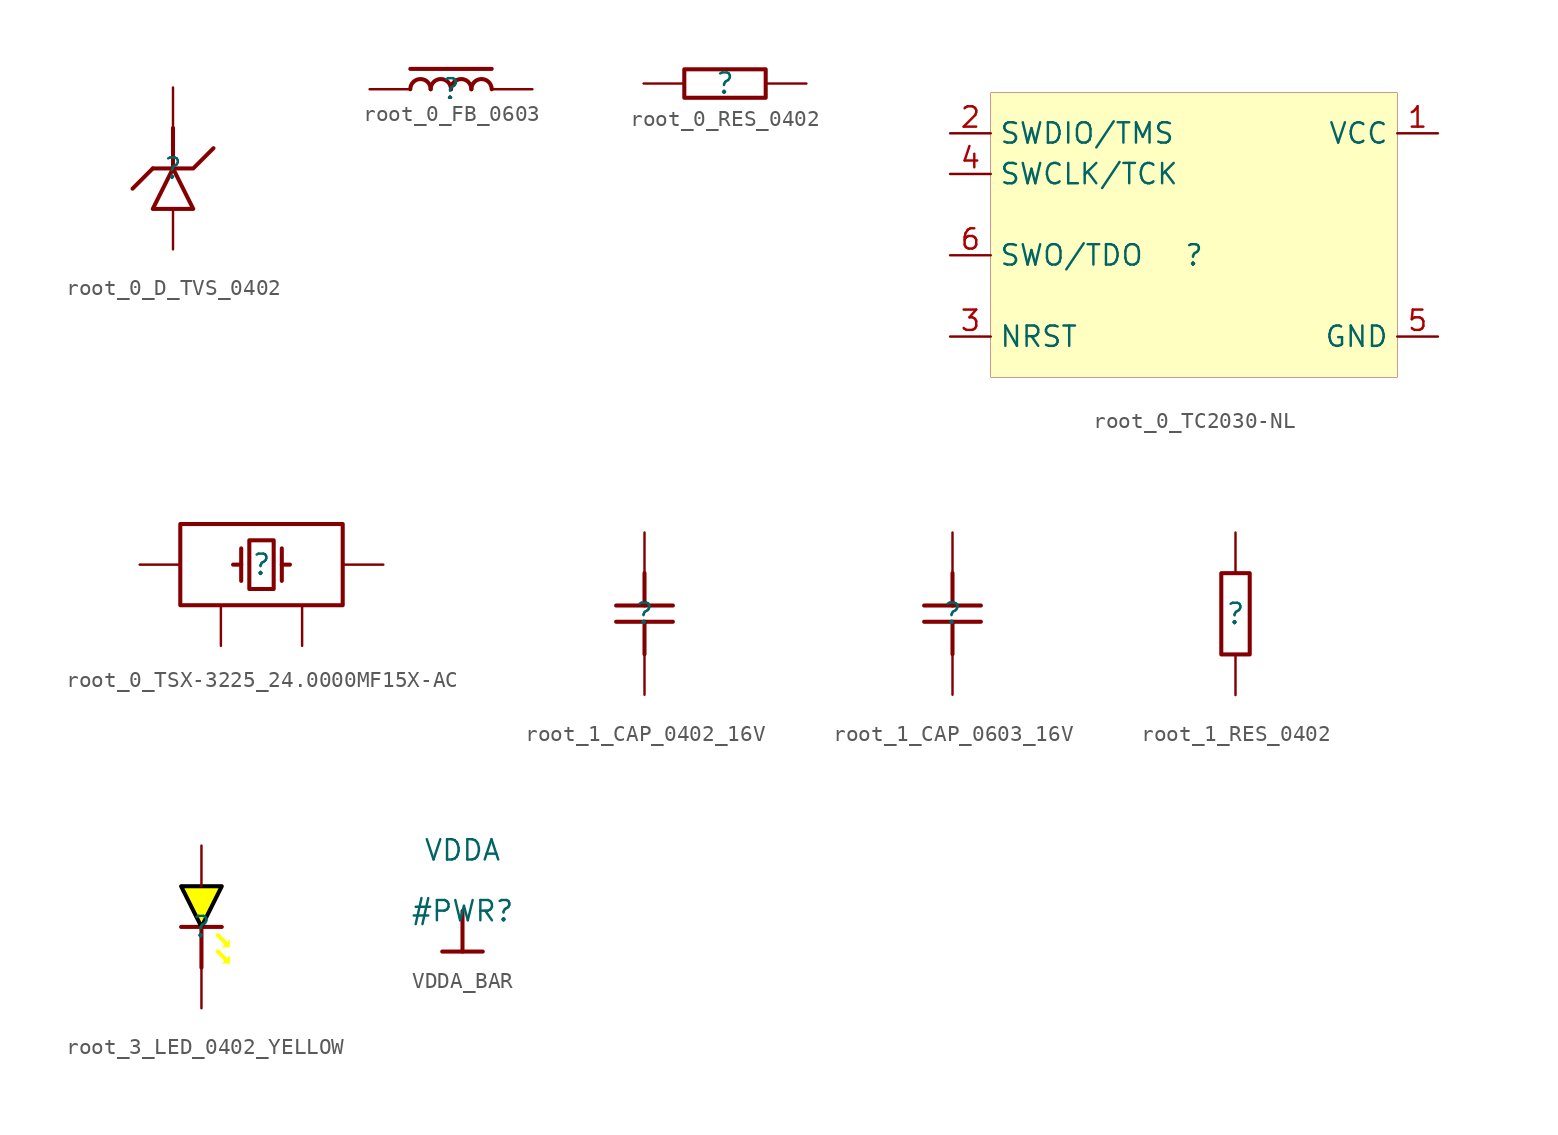
<source format=kicad_sym>
(kicad_symbol_lib
  (version 20231120)
  (generator "kicad_symbol_editor")
  (generator_version "8.0")
  (symbol "root_0_D_TVS_0402"
    (property "Reference" ""
      (at 0 0 0)
      (effects (font (size 1.27 1.27))))
    (property "Value" ""
      (at 0 0 0)
      (effects (font (size 1.27 1.27))))
    (symbol "root_0_D_TVS_0402_1_0"
      (polyline (pts (xy -1.27 0) (xy -2.54 -1.27)) (stroke (width 0.254) (type solid)) (fill (type none)))
      (polyline (pts (xy 0 2.54) (xy 0 0)) (stroke (width 0.254) (type solid)) (fill (type none)))
      (polyline (pts (xy -1.27 0) (xy 1.27 0) (xy 2.54 1.27)) (stroke (width 0.254) (type solid)) (fill (type none)))
      (polyline (pts (xy 0 0) (xy -1.27 -2.54) (xy 1.27 -2.54) (xy 0 0)) (stroke (width 0.254) (type solid)) (fill (type none)))
      (pin passive line (at 0 -5.08 90) (length 2.54) (name "A" (effects (font (size 0 0)))) (number "A" (effects (font (size 0 0)))))
      (pin passive line (at 0 5.08 270) (length 2.54) (name "K" (effects (font (size 0 0)))) (number "K" (effects (font (size 0 0)))))))
  (symbol "root_0_FB_0603"
    (property "Reference" ""
      (at 0 0 0)
      (effects (font (size 1.27 1.27))))
    (property "Value" ""
      (at 0 0 0)
      (effects (font (size 1.27 1.27))))
    (symbol "root_0_FB_0603_1_0"
      (arc (start -1.27 0) (mid -1.905 0.635) (end -2.54 0) (stroke (width 0.254) (type solid)) (fill (type none)))
      (arc (start 0 0) (mid -0.635 0.635) (end -1.27 0) (stroke (width 0.254) (type solid)) (fill (type none)))
      (polyline (pts (xy -2.54 1.27) (xy 2.54 1.27)) (stroke (width 0.254) (type solid)) (fill (type none)))
      (arc (start 1.27 0) (mid 0.635 0.635) (end 0 0) (stroke (width 0.254) (type solid)) (fill (type none)))
      (arc (start 2.54 0) (mid 1.905 0.635) (end 1.27 0) (stroke (width 0.254) (type solid)) (fill (type none)))
      (pin passive line (at -5.08 0 0) (length 2.54) (name "1" (effects (font (size 0 0)))) (number "1" (effects (font (size 0 0)))))
      (pin passive line (at 5.08 0 180) (length 2.54) (name "2" (effects (font (size 0 0)))) (number "2" (effects (font (size 0 0)))))))
  (symbol "root_0_RES_0402"
    (property "Reference" ""
      (at 0 0 0)
      (effects (font (size 1.27 1.27))))
    (property "Value" ""
      (at 0 0 0)
      (effects (font (size 1.27 1.27))))
    (symbol "root_0_RES_0402_1_0"
      (polyline (pts (xy -2.54 0) (xy -2.54 0.889) (xy 2.54 0.889) (xy 2.54 -0.889) (xy -2.54 -0.889) (xy -2.54 0)) (stroke (width 0.254) (type solid)) (fill (type none)))
      (pin passive line (at -5.08 0 0) (length 2.54) (name "1" (effects (font (size 0 0)))) (number "1" (effects (font (size 0 0)))))
      (pin passive line (at 5.08 0 180) (length 2.54) (name "2" (effects (font (size 0 0)))) (number "2" (effects (font (size 0 0)))))))
  (symbol "root_0_TC2030-NL"
    (property "Reference" ""
      (at 0 0 0)
      (effects (font (size 1.27 1.27))))
    (property "Value" ""
      (at 0 0 0)
      (effects (font (size 1.27 1.27))))
    (symbol "root_0_TC2030-NL_1_0"
      (rectangle (start 12.7 10.16) (end -12.7 -7.62) (stroke (width 0.025) (type solid) (color 128 0 0 1)) (fill (type background)))
      (pin passive line (at 15.24 7.62 180) (length 2.54) (name "VCC" (effects (font (size 1.27 1.27)))) (number "1" (effects (font (size 1.27 1.27)))))
      (pin passive line (at -15.24 7.62 0) (length 2.54) (name "SWDIO/TMS" (effects (font (size 1.27 1.27)))) (number "2" (effects (font (size 1.27 1.27)))))
      (pin passive line (at -15.24 -5.08 0) (length 2.54) (name "NRST" (effects (font (size 1.27 1.27)))) (number "3" (effects (font (size 1.27 1.27)))))
      (pin passive line (at -15.24 5.08 0) (length 2.54) (name "SWCLK/TCK" (effects (font (size 1.27 1.27)))) (number "4" (effects (font (size 1.27 1.27)))))
      (pin passive line (at 15.24 -5.08 180) (length 2.54) (name "GND" (effects (font (size 1.27 1.27)))) (number "5" (effects (font (size 1.27 1.27)))))
      (pin passive line (at -15.24 0 0) (length 2.54) (name "SWO/TDO" (effects (font (size 1.27 1.27)))) (number "6" (effects (font (size 1.27 1.27)))))))
  (symbol "root_0_TSX-3225_24.0000MF15X-AC"
    (property "Reference" ""
      (at 0 0 0)
      (effects (font (size 1.27 1.27))))
    (property "Value" ""
      (at 0 0 0)
      (effects (font (size 1.27 1.27))))
    (symbol "root_0_TSX-3225_24.0000MF15X-AC_1_0"
      (polyline (pts (xy -1.27 0) (xy -1.778 0)) (stroke (width 0.254) (type solid)) (fill (type none)))
      (polyline (pts (xy -1.27 1.016) (xy -1.27 -1.016)) (stroke (width 0.254) (type solid)) (fill (type none)))
      (polyline (pts (xy 1.27 1.016) (xy 1.27 -1.016)) (stroke (width 0.254) (type solid)) (fill (type none)))
      (polyline (pts (xy 1.778 0) (xy 1.27 0)) (stroke (width 0.254) (type solid)) (fill (type none)))
      (polyline (pts (xy -5.08 -2.54) (xy 5.08 -2.54) (xy 5.08 2.54) (xy -5.08 2.54) (xy -5.08 -2.54)) (stroke (width 0.254) (type solid)) (fill (type none)))
      (polyline (pts (xy 0.762 1.524) (xy -0.762 1.524) (xy -0.762 -1.524) (xy 0.762 -1.524) (xy 0.762 1.524)) (stroke (width 0.254) (type solid)) (fill (type none)))
      (pin passive line (at -7.62 0 0) (length 2.54) (name "1" (effects (font (size 0 0)))) (number "1" (effects (font (size 0 0)))))
      (pin passive line (at -2.54 -5.08 90) (length 2.54) (name "2" (effects (font (size 0 0)))) (number "2" (effects (font (size 0 0)))))
      (pin passive line (at 7.62 0 180) (length 2.54) (name "3" (effects (font (size 0 0)))) (number "3" (effects (font (size 0 0)))))
      (pin passive line (at 2.54 -5.08 90) (length 2.54) (name "4" (effects (font (size 0 0)))) (number "4" (effects (font (size 0 0)))))))
  (symbol "root_1_CAP_0402_16V"
    (property "Reference" ""
      (at 0 0 0)
      (effects (font (size 1.27 1.27))))
    (property "Value" ""
      (at 0 0 0)
      (effects (font (size 1.27 1.27))))
    (symbol "root_1_CAP_0402_16V_1_0"
      (polyline (pts (xy -1.778 -0.508) (xy 1.778 -0.508)) (stroke (width 0.254) (type solid)) (fill (type none)))
      (polyline (pts (xy 0 -2.54) (xy 0 -0.508)) (stroke (width 0.254) (type solid)) (fill (type none)))
      (polyline (pts (xy 0 0.508) (xy 0 2.54)) (stroke (width 0.254) (type solid)) (fill (type none)))
      (polyline (pts (xy 1.778 0.508) (xy -1.778 0.508)) (stroke (width 0.254) (type solid)) (fill (type none)))
      (pin passive line (at 0 -5.08 90) (length 2.54) (name "1" (effects (font (size 0 0)))) (number "1" (effects (font (size 0 0)))))
      (pin passive line (at 0 5.08 270) (length 2.54) (name "2" (effects (font (size 0 0)))) (number "2" (effects (font (size 0 0)))))))
  (symbol "root_1_CAP_0603_16V"
    (property "Reference" ""
      (at 0 0 0)
      (effects (font (size 1.27 1.27))))
    (property "Value" ""
      (at 0 0 0)
      (effects (font (size 1.27 1.27))))
    (symbol "root_1_CAP_0603_16V_1_0"
      (polyline (pts (xy -1.778 -0.508) (xy 1.778 -0.508)) (stroke (width 0.254) (type solid)) (fill (type none)))
      (polyline (pts (xy 0 -2.54) (xy 0 -0.508)) (stroke (width 0.254) (type solid)) (fill (type none)))
      (polyline (pts (xy 0 0.508) (xy 0 2.54)) (stroke (width 0.254) (type solid)) (fill (type none)))
      (polyline (pts (xy 1.778 0.508) (xy -1.778 0.508)) (stroke (width 0.254) (type solid)) (fill (type none)))
      (pin passive line (at 0 -5.08 90) (length 2.54) (name "1" (effects (font (size 0 0)))) (number "1" (effects (font (size 0 0)))))
      (pin passive line (at 0 5.08 270) (length 2.54) (name "2" (effects (font (size 0 0)))) (number "2" (effects (font (size 0 0)))))))
  (symbol "root_1_RES_0402"
    (property "Reference" ""
      (at 0 0 0)
      (effects (font (size 1.27 1.27))))
    (property "Value" ""
      (at 0 0 0)
      (effects (font (size 1.27 1.27))))
    (symbol "root_1_RES_0402_1_0"
      (polyline (pts (xy 0 -2.54) (xy -0.889 -2.54) (xy -0.889 2.54) (xy 0.889 2.54) (xy 0.889 -2.54) (xy 0 -2.54)) (stroke (width 0.254) (type solid)) (fill (type none)))
      (pin passive line (at 0 -5.08 90) (length 2.54) (name "1" (effects (font (size 0 0)))) (number "1" (effects (font (size 0 0)))))
      (pin passive line (at 0 5.08 270) (length 2.54) (name "2" (effects (font (size 0 0)))) (number "2" (effects (font (size 0 0)))))))
  (symbol "root_3_LED_0402_YELLOW"
    (property "Reference" ""
      (at 0 0 0)
      (effects (font (size 1.27 1.27))))
    (property "Value" ""
      (at 0 0 0)
      (effects (font (size 1.27 1.27))))
    (symbol "root_3_LED_0402_YELLOW_1_0"
      (polyline (pts (xy -1.27 0) (xy 1.27 0)) (stroke (width 0.254) (type solid)) (fill (type none)))
      (polyline (pts (xy 0 -2.54) (xy 0 0)) (stroke (width 0.254) (type solid)) (fill (type none)))
      (polyline (pts (xy 1.524 -2.032) (xy 1.016 -1.524)) (stroke (width 0.254) (type solid) (color 255 255 0 1)) (fill (type none)))
      (polyline (pts (xy 1.524 -1.016) (xy 1.016 -0.508)) (stroke (width 0.254) (type solid) (color 255 255 0 1)) (fill (type none)))
      (polyline (pts (xy 1.778 -1.778) (xy 1.27 -2.286) (xy 1.778 -2.286) (xy 1.778 -1.778) (xy 1.778 -1.778)) (stroke (width -0.0001) (type solid) (color 255 255 0 1)) (fill (type outline)))
      (polyline (pts (xy 1.778 -0.762) (xy 1.27 -1.27) (xy 1.778 -1.27) (xy 1.778 -0.762) (xy 1.778 -0.762)) (stroke (width -0.0001) (type solid) (color 255 255 0 1)) (fill (type outline)))
      (polyline (pts (xy 0 2.54) (xy 1.27 2.54) (xy 0 0) (xy -1.27 2.54) (xy 0 2.54) (xy 0 2.54)) (stroke (width 0.254) (type solid) (color 0 0 0 1)) (fill (type color) (color 255 255 0 1)))
      (pin passive line (at 0 5.08 270) (length 2.54) (name "A" (effects (font (size 0 0)))) (number "A" (effects (font (size 0 0)))))
      (pin passive line (at 0 -5.08 90) (length 2.54) (name "K" (effects (font (size 0 0)))) (number "K" (effects (font (size 0 0)))))))
  (symbol "VDDA_BAR"
    (power)
    (property "Reference" "#PWR"
      (at 0 0 0)
      (effects (font (size 1.27 1.27))))
    (property "Value" "VDDA"
      (at 0 3.81 0)
      (effects (font (size 1.27 1.27))))
    (symbol "VDDA_BAR_0_0"
      (polyline (pts (xy -1.27 -2.54) (xy 1.27 -2.54)) (stroke (width 0.254) (type solid)) (fill (type none)))
      (polyline (pts (xy 0 0) (xy 0 -2.54)) (stroke (width 0.254) (type solid)) (fill (type none)))
      (pin power_in line (at 0 0 0) (length 0) hide (name "VDDA" (effects (font (size 1.27 1.27)))) (number "" (effects (font (size 1.27 1.27))))))))
</source>
